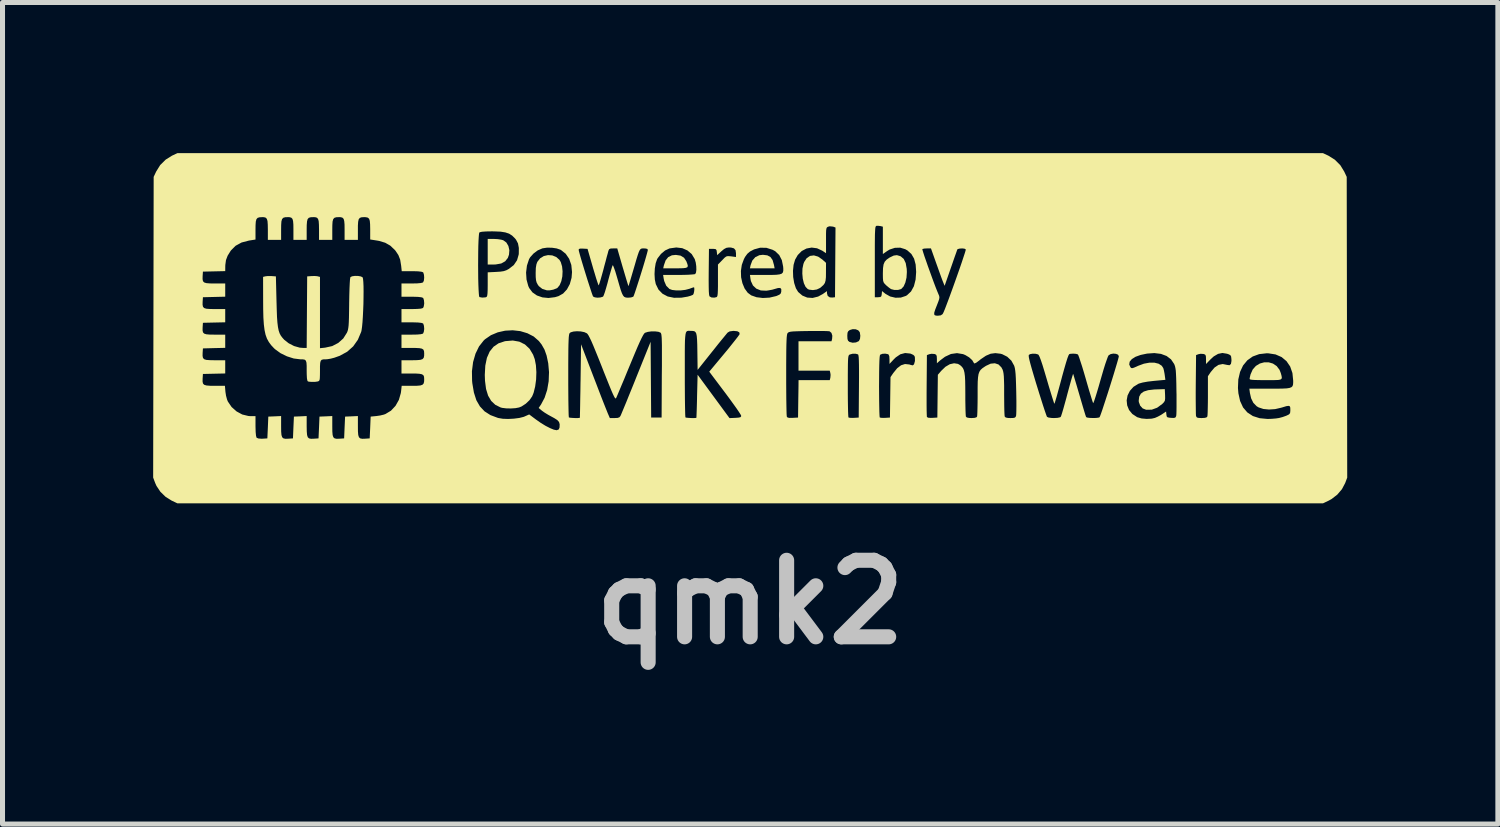
<source format=kicad_pcb>
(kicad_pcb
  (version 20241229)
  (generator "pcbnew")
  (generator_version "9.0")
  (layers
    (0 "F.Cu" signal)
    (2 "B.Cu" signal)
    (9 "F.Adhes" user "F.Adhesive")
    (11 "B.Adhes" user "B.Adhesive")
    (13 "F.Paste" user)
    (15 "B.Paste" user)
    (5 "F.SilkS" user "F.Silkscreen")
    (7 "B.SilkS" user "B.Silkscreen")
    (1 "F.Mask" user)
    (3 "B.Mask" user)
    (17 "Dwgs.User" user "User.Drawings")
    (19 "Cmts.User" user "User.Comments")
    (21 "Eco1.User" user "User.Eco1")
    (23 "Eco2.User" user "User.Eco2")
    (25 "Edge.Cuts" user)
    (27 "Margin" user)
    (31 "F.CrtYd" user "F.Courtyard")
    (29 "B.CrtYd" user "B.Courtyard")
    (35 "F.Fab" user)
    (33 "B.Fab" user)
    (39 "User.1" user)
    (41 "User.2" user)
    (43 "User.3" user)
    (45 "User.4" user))
  (footprint "qmk2"
    (layer "F.Cu")
    (at 11.889 3.482)
    (property "Reference" "qmk2" (at 0 5.46 0) (layer "Dwgs.User") (effects (font (size 1.524 1.524) (thickness 0.3))))
    (attr board_only exclude_from_pos_files exclude_from_bom)
    (fp_poly (pts (xy 0.342 -1.447) (xy 0.404 -1.413) (xy 0.446 -1.353) (xy 0.472 -1.261) (xy 0.473 -1.26) (xy 0.486 -1.189) (xy -0.005 -1.189) (xy 0.007 -1.249) (xy 0.042 -1.343) (xy 0.102 -1.411) (xy 0.183 -1.45) (xy 0.254 -1.458)) (stroke (width 0) (type solid)) (fill yes) (layer "F.SilkS"))
    (fp_poly (pts (xy -5.028 -1.77) (xy -4.958 -1.759) (xy -4.918 -1.748) (xy -4.856 -1.703) (xy -4.815 -1.634) (xy -4.796 -1.55) (xy -4.803 -1.461) (xy -4.826 -1.396) (xy -4.879 -1.329) (xy -4.958 -1.285) (xy -5.066 -1.266) (xy -5.109 -1.264) (xy -5.227 -1.264) (xy -5.227 -1.774) (xy -5.104 -1.774)) (stroke (width 0) (type solid)) (fill yes) (layer "F.SilkS"))
    (fp_poly (pts (xy -1.388 -1.442) (xy -1.318 -1.4) (xy -1.272 -1.33) (xy -1.251 -1.275) (xy -1.242 -1.237) (xy -1.25 -1.212) (xy -1.281 -1.198) (xy -1.337 -1.191) (xy -1.425 -1.189) (xy -1.489 -1.189) (xy -1.732 -1.189) (xy -1.718 -1.251) (xy -1.684 -1.347) (xy -1.632 -1.412) (xy -1.559 -1.448) (xy -1.481 -1.456)) (stroke (width 0) (type solid)) (fill yes) (layer "F.SilkS"))
    (fp_poly (pts (xy 8.262 1.336) (xy 8.263 1.403) (xy 8.258 1.445) (xy 8.241 1.476) (xy 8.209 1.509) (xy 8.206 1.512) (xy 8.104 1.587) (xy 7.997 1.626) (xy 7.885 1.628) (xy 7.816 1.601) (xy 7.766 1.546) (xy 7.739 1.473) (xy 7.737 1.444) (xy 7.747 1.366) (xy 7.78 1.307) (xy 7.838 1.265) (xy 7.925 1.238) (xy 8.044 1.224) (xy 8.097 1.222) (xy 8.256 1.217)) (stroke (width 0) (type solid)) (fill yes) (layer "F.SilkS"))
    (fp_poly (pts (xy 1.352 -1.422) (xy 1.435 -1.365) (xy 1.51 -1.298) (xy 1.509 -1.106) (xy 1.508 -1.011) (xy 1.501 -0.945) (xy 1.487 -0.897) (xy 1.46 -0.858) (xy 1.417 -0.819) (xy 1.389 -0.797) (xy 1.326 -0.767) (xy 1.248 -0.755) (xy 1.175 -0.764) (xy 1.145 -0.776) (xy 1.102 -0.821) (xy 1.069 -0.892) (xy 1.047 -0.983) (xy 1.038 -1.083) (xy 1.041 -1.184) (xy 1.06 -1.276) (xy 1.075 -1.315) (xy 1.126 -1.392) (xy 1.192 -1.436) (xy 1.269 -1.446)) (stroke (width 0) (type solid)) (fill yes) (layer "F.SilkS"))
    (fp_poly (pts (xy 10.325 0.683) (xy 10.41 0.708) (xy 10.483 0.757) (xy 10.54 0.831) (xy 10.566 0.896) (xy 10.58 0.947) (xy 10.587 0.984) (xy 10.582 1.009) (xy 10.562 1.025) (xy 10.521 1.034) (xy 10.455 1.037) (xy 10.359 1.038) (xy 10.266 1.038) (xy 10.142 1.037) (xy 10.052 1.035) (xy 9.992 1.031) (xy 9.958 1.025) (xy 9.945 1.016) (xy 9.945 1.014) (xy 9.95 0.982) (xy 9.962 0.931) (xy 9.965 0.921) (xy 10.007 0.826) (xy 10.07 0.755) (xy 10.149 0.707) (xy 10.236 0.683)) (stroke (width 0) (type solid)) (fill yes) (layer "F.SilkS"))
    (fp_poly (pts (xy -3.941 -1.446) (xy -3.862 -1.414) (xy -3.799 -1.358) (xy -3.772 -1.313) (xy -3.746 -1.226) (xy -3.736 -1.128) (xy -3.741 -1.027) (xy -3.761 -0.933) (xy -3.794 -0.854) (xy -3.837 -0.801) (xy -3.852 -0.791) (xy -3.921 -0.764) (xy -3.995 -0.75) (xy -4.048 -0.75) (xy -4.141 -0.78) (xy -4.209 -0.834) (xy -4.231 -0.865) (xy -4.253 -0.907) (xy -4.265 -0.953) (xy -4.271 -1.015) (xy -4.272 -1.094) (xy -4.269 -1.196) (xy -4.257 -1.268) (xy -4.239 -1.317) (xy -4.183 -1.388) (xy -4.11 -1.433) (xy -4.026 -1.452)) (stroke (width 0) (type solid)) (fill yes) (layer "F.SilkS"))
    (fp_poly (pts (xy 2.986 -1.432) (xy 2.999 -1.426) (xy 3.058 -1.375) (xy 3.097 -1.293) (xy 3.117 -1.179) (xy 3.12 -1.115) (xy 3.113 -1.004) (xy 3.09 -0.906) (xy 3.056 -0.829) (xy 3.011 -0.78) (xy 3.003 -0.775) (xy 2.943 -0.758) (xy 2.871 -0.758) (xy 2.808 -0.774) (xy 2.802 -0.777) (xy 2.765 -0.803) (xy 2.718 -0.842) (xy 2.703 -0.855) (xy 2.675 -0.884) (xy 2.657 -0.91) (xy 2.647 -0.943) (xy 2.643 -0.992) (xy 2.642 -1.068) (xy 2.642 -1.089) (xy 2.645 -1.192) (xy 2.656 -1.266) (xy 2.679 -1.32) (xy 2.718 -1.363) (xy 2.776 -1.403) (xy 2.783 -1.407) (xy 2.859 -1.443) (xy 2.922 -1.451)) (stroke (width 0) (type solid)) (fill yes) (layer "F.SilkS"))
    (fp_poly (pts (xy -4.597 0.272) (xy -4.486 0.327) (xy -4.393 0.414) (xy -4.323 0.531) (xy -4.29 0.621) (xy -4.267 0.741) (xy -4.258 0.879) (xy -4.263 1.025) (xy -4.282 1.165) (xy -4.313 1.29) (xy -4.342 1.361) (xy -4.395 1.437) (xy -4.47 1.508) (xy -4.553 1.562) (xy -4.602 1.582) (xy -4.675 1.596) (xy -4.766 1.602) (xy -4.859 1.6) (xy -4.94 1.59) (xy -4.972 1.581) (xy -5.076 1.529) (xy -5.158 1.451) (xy -5.219 1.347) (xy -5.26 1.214) (xy -5.281 1.05) (xy -5.285 0.934) (xy -5.275 0.749) (xy -5.243 0.594) (xy -5.188 0.469) (xy -5.111 0.373) (xy -5.01 0.304) (xy -4.885 0.263) (xy -4.873 0.261) (xy -4.727 0.249)) (stroke (width 0) (type solid)) (fill yes) (layer "F.SilkS"))
    (fp_poly (pts (xy -7.809 -1.037) (xy -7.753 -1.027) (xy -7.719 -1.01) (xy -7.718 -1.009) (xy -7.71 -0.98) (xy -7.704 -0.919) (xy -7.7 -0.832) (xy -7.699 -0.726) (xy -7.7 -0.607) (xy -7.702 -0.481) (xy -7.707 -0.354) (xy -7.713 -0.231) (xy -7.72 -0.12) (xy -7.729 -0.027) (xy -7.739 0.044) (xy -7.746 0.075) (xy -7.813 0.234) (xy -7.906 0.366) (xy -8.025 0.472) (xy -8.173 0.553) (xy -8.283 0.592) (xy -8.353 0.61) (xy -8.418 0.621) (xy -8.447 0.623) (xy -8.497 0.624) (xy -8.532 0.632) (xy -8.552 0.653) (xy -8.563 0.694) (xy -8.567 0.761) (xy -8.567 0.849) (xy -8.568 0.939) (xy -8.57 0.998) (xy -8.575 1.033) (xy -8.585 1.052) (xy -8.601 1.061) (xy -8.61 1.064) (xy -8.663 1.072) (xy -8.728 1.073) (xy -8.785 1.069) (xy -8.808 1.063) (xy -8.819 1.045) (xy -8.827 0.999) (xy -8.831 0.921) (xy -8.832 0.85) (xy -8.832 0.754) (xy -8.836 0.69) (xy -8.848 0.651) (xy -8.87 0.631) (xy -8.907 0.624) (xy -8.96 0.623) (xy -9.089 0.607) (xy -9.224 0.564) (xy -9.353 0.501) (xy -9.463 0.421) (xy -9.484 0.401) (xy -9.541 0.34) (xy -9.586 0.278) (xy -9.623 0.211) (xy -9.651 0.133) (xy -9.671 0.04) (xy -9.685 -0.072) (xy -9.694 -0.208) (xy -9.698 -0.374) (xy -9.699 -0.552) (xy -9.7 -1.018) (xy -9.656 -1.029) (xy -9.609 -1.035) (xy -9.547 -1.035) (xy -9.528 -1.034) (xy -9.445 -1.028) (xy -9.433 -0.538) (xy -9.428 -0.364) (xy -9.423 -0.223) (xy -9.415 -0.11) (xy -9.404 -0.021) (xy -9.39 0.049) (xy -9.371 0.106) (xy -9.346 0.153) (xy -9.314 0.195) (xy -9.279 0.234) (xy -9.19 0.304) (xy -9.083 0.359) (xy -8.97 0.391) (xy -8.907 0.396) (xy -8.832 0.396) (xy -8.827 -0.316) (xy -8.822 -1.028) (xy -8.739 -1.034) (xy -8.676 -1.036) (xy -8.622 -1.032) (xy -8.611 -1.029) (xy -8.567 -1.018) (xy -8.567 0.402) (xy -8.465 0.391) (xy -8.324 0.36) (xy -8.203 0.297) (xy -8.103 0.208) (xy -8.031 0.094) (xy -8.019 0.066) (xy -8.01 0.036) (xy -8.003 -0.002) (xy -7.997 -0.051) (xy -7.993 -0.118) (xy -7.99 -0.206) (xy -7.988 -0.322) (xy -7.986 -0.47) (xy -7.986 -0.49) (xy -7.983 -0.655) (xy -7.979 -0.791) (xy -7.974 -0.897) (xy -7.969 -0.971) (xy -7.962 -1.009) (xy -7.96 -1.014) (xy -7.927 -1.03) (xy -7.872 -1.038)) (stroke (width 0) (type solid)) (fill yes) (layer "F.SilkS"))
    (fp_poly (pts (xy 11.514 -3.432) (xy 11.643 -3.351) (xy 11.751 -3.243) (xy 11.829 -3.116) (xy 11.879 -3.01) (xy 11.884 -0.015) (xy 11.889 2.979) (xy 11.848 3.088) (xy 11.784 3.209) (xy 11.691 3.318) (xy 11.577 3.406) (xy 11.521 3.437) (xy 11.407 3.491) (xy -11.407 3.491) (xy -11.521 3.437) (xy -11.641 3.362) (xy -11.745 3.261) (xy -11.823 3.144) (xy -11.848 3.088) (xy -11.889 2.979) (xy -11.885 0.555) (xy -10.905 0.555) (xy -10.897 0.595) (xy -10.874 0.621) (xy -10.83 0.635) (xy -10.76 0.64) (xy -10.66 0.642) (xy -10.454 0.642) (xy -10.454 0.905) (xy -10.898 0.915) (xy -10.904 1.006) (xy -10.905 1.065) (xy -10.897 1.105) (xy -10.874 1.13) (xy -10.829 1.144) (xy -10.758 1.15) (xy -10.662 1.151) (xy -10.46 1.151) (xy -10.45 1.27) (xy -10.438 1.348) (xy -10.418 1.423) (xy -10.402 1.463) (xy -10.327 1.573) (xy -10.228 1.661) (xy -10.115 1.722) (xy -9.992 1.752) (xy -9.95 1.755) (xy -9.851 1.755) (xy -9.851 1.959) (xy -9.848 2.07) (xy -9.841 2.144) (xy -9.83 2.183) (xy -9.827 2.186) (xy -9.792 2.2) (xy -9.731 2.205) (xy -9.709 2.204) (xy -9.615 2.198) (xy -9.605 1.981) (xy -9.596 1.764) (xy -9.468 1.759) (xy -9.341 1.753) (xy -9.341 1.959) (xy -9.34 2.061) (xy -9.334 2.131) (xy -9.32 2.175) (xy -9.294 2.198) (xy -9.254 2.206) (xy -9.196 2.204) (xy -9.105 2.198) (xy -9.096 1.981) (xy -9.086 1.764) (xy -8.959 1.759) (xy -8.832 1.753) (xy -8.832 1.959) (xy -8.83 2.061) (xy -8.824 2.131) (xy -8.81 2.175) (xy -8.785 2.198) (xy -8.745 2.206) (xy -8.687 2.204) (xy -8.596 2.198) (xy -8.586 1.981) (xy -8.577 1.764) (xy -8.449 1.759) (xy -8.322 1.753) (xy -8.322 1.959) (xy -8.321 2.061) (xy -8.315 2.131) (xy -8.301 2.175) (xy -8.275 2.198) (xy -8.235 2.206) (xy -8.177 2.204) (xy -8.086 2.198) (xy -8.077 1.981) (xy -8.067 1.764) (xy -7.94 1.759) (xy -7.812 1.753) (xy -7.812 1.959) (xy -7.811 2.061) (xy -7.805 2.131) (xy -7.791 2.175) (xy -7.766 2.198) (xy -7.725 2.206) (xy -7.668 2.204) (xy -7.577 2.198) (xy -7.567 1.981) (xy -7.558 1.764) (xy -7.445 1.753) (xy -7.369 1.742) (xy -7.298 1.725) (xy -7.264 1.713) (xy -7.153 1.646) (xy -7.063 1.55) (xy -6.996 1.431) (xy -6.957 1.295) (xy -6.952 1.26) (xy -6.94 1.151) (xy -6.735 1.151) (xy -6.635 1.15) (xy -6.567 1.144) (xy -6.525 1.129) (xy -6.502 1.103) (xy -6.493 1.062) (xy -6.492 1.015) (xy -6.495 0.97) (xy -6.508 0.94) (xy -6.537 0.921) (xy -6.588 0.911) (xy -6.666 0.906) (xy -6.741 0.906) (xy -6.944 0.906) (xy -6.944 0.86) (xy -5.541 0.86) (xy -5.538 1.053) (xy -5.533 1.102) (xy -5.502 1.285) (xy -5.453 1.438) (xy -5.382 1.561) (xy -5.29 1.659) (xy -5.173 1.734) (xy -5.029 1.788) (xy -5.016 1.792) (xy -4.928 1.807) (xy -4.82 1.811) (xy -4.706 1.805) (xy -4.598 1.791) (xy -4.51 1.769) (xy -4.489 1.76) (xy -4.401 1.721) (xy -4.269 1.82) (xy -4.172 1.888) (xy -4.076 1.947) (xy -3.986 1.993) (xy -3.911 2.024) (xy -3.856 2.035) (xy -3.85 2.034) (xy -3.813 2.02) (xy -3.797 1.983) (xy -3.796 1.974) (xy -3.794 1.916) (xy -3.807 1.871) (xy -3.841 1.833) (xy -3.902 1.794) (xy -3.948 1.769) (xy -4.023 1.728) (xy -4.093 1.685) (xy -4.144 1.649) (xy -4.149 1.645) (xy -4.212 1.592) (xy -4.164 1.521) (xy -4.094 1.389) (xy -4.043 1.233) (xy -4.013 1.06) (xy -4.009 0.953) (xy -3.623 0.953) (xy -3.623 1.125) (xy -3.622 1.285) (xy -3.621 1.429) (xy -3.619 1.554) (xy -3.617 1.655) (xy -3.615 1.729) (xy -3.612 1.771) (xy -3.611 1.78) (xy -3.588 1.786) (xy -3.542 1.79) (xy -3.486 1.793) (xy -3.434 1.793) (xy -3.399 1.79) (xy -3.393 1.788) (xy -3.391 1.769) (xy -3.39 1.716) (xy -3.388 1.633) (xy -3.386 1.525) (xy -3.384 1.396) (xy -3.381 1.25) (xy -3.379 1.09) (xy -3.378 1.054) (xy -3.368 0.324) (xy -3.124 0.96) (xy -3.066 1.11) (xy -3.011 1.254) (xy -2.96 1.386) (xy -2.915 1.501) (xy -2.878 1.594) (xy -2.851 1.661) (xy -2.838 1.694) (xy -2.795 1.793) (xy -2.7 1.793) (xy -2.64 1.79) (xy -2.605 1.778) (xy -2.584 1.753) (xy -2.583 1.75) (xy -2.571 1.724) (xy -2.547 1.666) (xy -2.512 1.582) (xy -2.467 1.474) (xy -2.416 1.347) (xy -2.358 1.205) (xy -2.296 1.052) (xy -2.272 0.991) (xy -1.983 0.274) (xy -1.972 1.783) (xy -1.764 1.783) (xy -1.76 0.951) (xy -1.758 0.751) (xy -1.758 0.616) (xy -1.302 0.616) (xy -1.302 0.799) (xy -1.302 0.924) (xy -1.302 1.098) (xy -1.301 1.262) (xy -1.3 1.409) (xy -1.298 1.538) (xy -1.296 1.643) (xy -1.294 1.721) (xy -1.291 1.768) (xy -1.29 1.78) (xy -1.267 1.786) (xy -1.221 1.79) (xy -1.165 1.793) (xy -1.113 1.793) (xy -1.078 1.79) (xy -1.072 1.788) (xy -1.07 1.769) (xy -1.068 1.717) (xy -1.065 1.638) (xy -1.062 1.538) (xy -1.059 1.422) (xy -1.058 1.357) (xy -1.047 0.93) (xy -0.412 1.794) (xy -0.296 1.789) (xy -0.23 1.784) (xy -0.195 1.776) (xy -0.181 1.761) (xy -0.179 1.749) (xy -0.19 1.725) (xy -0.221 1.676) (xy -0.269 1.605) (xy -0.332 1.517) (xy -0.405 1.416) (xy -0.487 1.305) (xy -0.497 1.292) (xy -0.765 0.936) (xy 0.717 0.936) (xy 0.717 1.107) (xy 0.718 1.267) (xy 0.719 1.411) (xy 0.721 1.536) (xy 0.723 1.638) (xy 0.725 1.712) (xy 0.728 1.755) (xy 0.729 1.764) (xy 0.744 1.782) (xy 0.778 1.79) (xy 0.839 1.789) (xy 0.847 1.789) (xy 0.953 1.783) (xy 0.958 1.411) (xy 0.962 1.158) (xy 1.944 1.158) (xy 1.944 1.306) (xy 1.945 1.442) (xy 1.947 1.561) (xy 1.949 1.659) (xy 1.952 1.731) (xy 1.955 1.773) (xy 1.957 1.781) (xy 1.982 1.788) (xy 2.032 1.79) (xy 2.066 1.789) (xy 2.161 1.783) (xy 2.166 1.162) (xy 2.166 1.161) (xy 2.566 1.161) (xy 2.567 1.309) (xy 2.568 1.444) (xy 2.57 1.563) (xy 2.572 1.661) (xy 2.575 1.732) (xy 2.578 1.773) (xy 2.58 1.781) (xy 2.605 1.788) (xy 2.654 1.79) (xy 2.688 1.789) (xy 2.783 1.783) (xy 2.788 1.426) (xy 3.513 1.426) (xy 3.513 1.546) (xy 3.514 1.645) (xy 3.516 1.718) (xy 3.518 1.761) (xy 3.519 1.77) (xy 3.541 1.786) (xy 3.595 1.79) (xy 3.628 1.789) (xy 3.727 1.783) (xy 3.732 1.357) (xy 3.737 0.931) (xy 3.805 0.852) (xy 3.888 0.772) (xy 3.975 0.721) (xy 4.06 0.702) (xy 4.137 0.714) (xy 4.18 0.739) (xy 4.211 0.767) (xy 4.236 0.798) (xy 4.254 0.837) (xy 4.267 0.889) (xy 4.276 0.959) (xy 4.281 1.052) (xy 4.283 1.173) (xy 4.284 1.319) (xy 4.284 1.442) (xy 4.286 1.553) (xy 4.288 1.646) (xy 4.291 1.716) (xy 4.294 1.756) (xy 4.295 1.763) (xy 4.315 1.782) (xy 4.359 1.791) (xy 4.406 1.793) (xy 4.471 1.789) (xy 4.507 1.777) (xy 4.518 1.763) (xy 4.521 1.736) (xy 4.524 1.677) (xy 4.526 1.592) (xy 4.528 1.488) (xy 4.529 1.37) (xy 4.529 1.327) (xy 4.529 1.182) (xy 4.531 1.069) (xy 4.537 0.983) (xy 4.547 0.919) (xy 4.564 0.871) (xy 4.588 0.834) (xy 4.623 0.802) (xy 4.668 0.771) (xy 4.696 0.753) (xy 4.788 0.71) (xy 4.872 0.702) (xy 4.945 0.726) (xy 5.002 0.783) (xy 5.027 0.83) (xy 5.037 0.863) (xy 5.045 0.905) (xy 5.051 0.963) (xy 5.054 1.04) (xy 5.057 1.143) (xy 5.057 1.277) (xy 5.057 1.32) (xy 5.058 1.442) (xy 5.059 1.553) (xy 5.061 1.646) (xy 5.064 1.716) (xy 5.067 1.756) (xy 5.069 1.763) (xy 5.088 1.782) (xy 5.131 1.791) (xy 5.182 1.793) (xy 5.241 1.791) (xy 5.273 1.783) (xy 5.289 1.764) (xy 5.295 1.746) (xy 5.298 1.714) (xy 5.3 1.65) (xy 5.301 1.561) (xy 5.301 1.452) (xy 5.299 1.33) (xy 5.298 1.269) (xy 5.294 1.12) (xy 5.29 1.004) (xy 5.285 0.915) (xy 5.278 0.847) (xy 5.27 0.797) (xy 5.259 0.757) (xy 5.257 0.751) (xy 5.201 0.65) (xy 5.119 0.572) (xy 5.078 0.551) (xy 5.546 0.551) (xy 5.549 0.583) (xy 5.56 0.635) (xy 5.579 0.709) (xy 5.607 0.81) (xy 5.645 0.939) (xy 5.693 1.1) (xy 5.71 1.154) (xy 5.754 1.297) (xy 5.796 1.429) (xy 5.833 1.546) (xy 5.865 1.643) (xy 5.89 1.715) (xy 5.906 1.759) (xy 5.911 1.769) (xy 5.942 1.783) (xy 6.001 1.791) (xy 6.048 1.793) (xy 6.122 1.789) (xy 6.17 1.778) (xy 6.184 1.769) (xy 6.194 1.745) (xy 6.212 1.689) (xy 6.236 1.608) (xy 6.264 1.507) (xy 6.296 1.392) (xy 6.313 1.326) (xy 6.345 1.208) (xy 6.374 1.102) (xy 6.398 1.016) (xy 6.417 0.953) (xy 6.428 0.919) (xy 6.431 0.914) (xy 6.438 0.933) (xy 6.453 0.984) (xy 6.476 1.06) (xy 6.505 1.157) (xy 6.538 1.27) (xy 6.558 1.338) (xy 6.593 1.458) (xy 6.625 1.567) (xy 6.652 1.657) (xy 6.673 1.726) (xy 6.687 1.766) (xy 6.69 1.774) (xy 6.714 1.784) (xy 6.762 1.79) (xy 6.824 1.792) (xy 6.885 1.791) (xy 6.935 1.785) (xy 6.956 1.778) (xy 6.966 1.758) (xy 6.985 1.707) (xy 7.012 1.63) (xy 7.044 1.532) (xy 7.074 1.441) (xy 7.497 1.441) (xy 7.507 1.54) (xy 7.544 1.632) (xy 7.61 1.712) (xy 7.704 1.774) (xy 7.708 1.776) (xy 7.793 1.801) (xy 7.895 1.81) (xy 7.996 1.805) (xy 8.06 1.79) (xy 8.115 1.766) (xy 8.18 1.731) (xy 8.203 1.716) (xy 8.282 1.663) (xy 8.288 1.723) (xy 8.294 1.76) (xy 8.31 1.778) (xy 8.348 1.786) (xy 8.383 1.789) (xy 8.437 1.791) (xy 8.466 1.783) (xy 8.48 1.761) (xy 8.484 1.747) (xy 8.487 1.715) (xy 8.489 1.651) (xy 8.49 1.561) (xy 8.49 1.452) (xy 8.49 1.406) (xy 8.872 1.406) (xy 8.873 1.526) (xy 8.874 1.626) (xy 8.875 1.699) (xy 8.877 1.743) (xy 8.878 1.75) (xy 8.889 1.775) (xy 8.912 1.788) (xy 8.957 1.792) (xy 8.99 1.793) (xy 9.056 1.789) (xy 9.092 1.777) (xy 9.103 1.763) (xy 9.107 1.736) (xy 9.11 1.677) (xy 9.112 1.592) (xy 9.114 1.489) (xy 9.115 1.372) (xy 9.115 1.346) (xy 9.115 1.195) (xy 9.713 1.195) (xy 9.722 1.3) (xy 9.756 1.454) (xy 9.815 1.582) (xy 9.9 1.681) (xy 10.01 1.753) (xy 10.145 1.796) (xy 10.303 1.811) (xy 10.387 1.808) (xy 10.47 1.801) (xy 10.53 1.792) (xy 10.602 1.773) (xy 10.672 1.748) (xy 10.686 1.742) (xy 10.73 1.72) (xy 10.751 1.694) (xy 10.756 1.65) (xy 10.756 1.629) (xy 10.755 1.585) (xy 10.745 1.558) (xy 10.721 1.55) (xy 10.677 1.556) (xy 10.605 1.578) (xy 10.574 1.587) (xy 10.453 1.615) (xy 10.331 1.623) (xy 10.219 1.612) (xy 10.125 1.581) (xy 10.086 1.558) (xy 10.019 1.489) (xy 9.975 1.399) (xy 9.951 1.292) (xy 9.94 1.208) (xy 10.347 1.208) (xy 10.491 1.208) (xy 10.602 1.206) (xy 10.684 1.202) (xy 10.741 1.193) (xy 10.779 1.178) (xy 10.8 1.157) (xy 10.81 1.126) (xy 10.813 1.085) (xy 10.813 1.049) (xy 10.798 0.897) (xy 10.753 0.767) (xy 10.68 0.66) (xy 10.583 0.579) (xy 10.462 0.526) (xy 10.32 0.504) (xy 10.285 0.503) (xy 10.136 0.52) (xy 10.007 0.567) (xy 9.9 0.643) (xy 9.815 0.746) (xy 9.755 0.874) (xy 9.72 1.024) (xy 9.713 1.195) (xy 9.115 1.195) (xy 9.115 0.96) (xy 9.171 0.877) (xy 9.247 0.787) (xy 9.326 0.734) (xy 9.41 0.717) (xy 9.499 0.735) (xy 9.546 0.741) (xy 9.574 0.714) (xy 9.584 0.655) (xy 9.583 0.619) (xy 9.577 0.568) (xy 9.561 0.54) (xy 9.525 0.522) (xy 9.495 0.512) (xy 9.403 0.497) (xy 9.317 0.515) (xy 9.23 0.566) (xy 9.166 0.625) (xy 9.077 0.717) (xy 9.077 0.623) (xy 9.075 0.566) (xy 9.066 0.536) (xy 9.044 0.522) (xy 9.027 0.517) (xy 8.97 0.513) (xy 8.928 0.521) (xy 8.879 0.539) (xy 8.873 1.123) (xy 8.872 1.27) (xy 8.872 1.406) (xy 8.49 1.406) (xy 8.49 1.328) (xy 8.488 1.25) (xy 8.486 1.107) (xy 8.483 0.995) (xy 8.479 0.91) (xy 8.475 0.847) (xy 8.468 0.8) (xy 8.46 0.763) (xy 8.449 0.731) (xy 8.441 0.714) (xy 8.38 0.624) (xy 8.292 0.557) (xy 8.18 0.515) (xy 8.048 0.499) (xy 7.904 0.509) (xy 7.775 0.536) (xy 7.673 0.573) (xy 7.6 0.619) (xy 7.557 0.67) (xy 7.548 0.726) (xy 7.572 0.781) (xy 7.587 0.796) (xy 7.606 0.8) (xy 7.639 0.791) (xy 7.693 0.768) (xy 7.727 0.752) (xy 7.841 0.71) (xy 7.95 0.69) (xy 8.05 0.69) (xy 8.134 0.711) (xy 8.196 0.752) (xy 8.226 0.798) (xy 8.238 0.841) (xy 8.25 0.903) (xy 8.255 0.936) (xy 8.268 1.032) (xy 8.04 1.053) (xy 7.918 1.067) (xy 7.817 1.085) (xy 7.745 1.105) (xy 7.732 1.11) (xy 7.633 1.171) (xy 7.561 1.251) (xy 7.515 1.343) (xy 7.497 1.441) (xy 7.074 1.441) (xy 7.081 1.419) (xy 7.121 1.296) (xy 7.162 1.167) (xy 7.202 1.039) (xy 7.24 0.916) (xy 7.274 0.803) (xy 7.303 0.706) (xy 7.325 0.629) (xy 7.338 0.578) (xy 7.341 0.561) (xy 7.325 0.531) (xy 7.284 0.514) (xy 7.232 0.509) (xy 7.179 0.519) (xy 7.138 0.543) (xy 7.123 0.571) (xy 7.101 0.631) (xy 7.071 0.717) (xy 7.037 0.826) (xy 7 0.953) (xy 6.974 1.043) (xy 6.938 1.169) (xy 6.905 1.28) (xy 6.876 1.373) (xy 6.853 1.443) (xy 6.837 1.485) (xy 6.83 1.496) (xy 6.821 1.474) (xy 6.804 1.422) (xy 6.78 1.343) (xy 6.749 1.242) (xy 6.715 1.125) (xy 6.682 1.01) (xy 6.645 0.883) (xy 6.61 0.767) (xy 6.578 0.669) (xy 6.553 0.592) (xy 6.534 0.542) (xy 6.524 0.525) (xy 6.486 0.514) (xy 6.43 0.51) (xy 6.375 0.514) (xy 6.354 0.52) (xy 6.34 0.542) (xy 6.318 0.599) (xy 6.289 0.691) (xy 6.253 0.815) (xy 6.21 0.97) (xy 6.197 1.02) (xy 6.162 1.149) (xy 6.13 1.266) (xy 6.103 1.365) (xy 6.08 1.442) (xy 6.065 1.491) (xy 6.058 1.509) (xy 6.058 1.509) (xy 6.05 1.492) (xy 6.034 1.443) (xy 6.01 1.367) (xy 5.98 1.269) (xy 5.945 1.154) (xy 5.908 1.027) (xy 5.86 0.865) (xy 5.821 0.737) (xy 5.789 0.642) (xy 5.764 0.576) (xy 5.745 0.539) (xy 5.735 0.527) (xy 5.685 0.513) (xy 5.626 0.511) (xy 5.575 0.52) (xy 5.55 0.535) (xy 5.546 0.551) (xy 5.078 0.551) (xy 5.018 0.521) (xy 4.985 0.512) (xy 4.882 0.5) (xy 4.788 0.512) (xy 4.694 0.552) (xy 4.592 0.621) (xy 4.559 0.648) (xy 4.501 0.691) (xy 4.467 0.706) (xy 4.457 0.7) (xy 4.422 0.641) (xy 4.36 0.584) (xy 4.283 0.538) (xy 4.239 0.52) (xy 4.118 0.5) (xy 3.998 0.517) (xy 3.88 0.572) (xy 3.784 0.644) (xy 3.718 0.702) (xy 3.718 0.616) (xy 3.715 0.562) (xy 3.704 0.533) (xy 3.679 0.52) (xy 3.668 0.517) (xy 3.611 0.513) (xy 3.569 0.521) (xy 3.519 0.539) (xy 3.514 1.142) (xy 3.513 1.29) (xy 3.513 1.426) (xy 2.788 1.426) (xy 2.794 0.978) (xy 2.849 0.897) (xy 2.927 0.801) (xy 3.004 0.742) (xy 3.083 0.717) (xy 3.169 0.726) (xy 3.197 0.735) (xy 3.236 0.744) (xy 3.259 0.727) (xy 3.264 0.718) (xy 3.281 0.657) (xy 3.28 0.587) (xy 3.272 0.558) (xy 3.248 0.535) (xy 3.201 0.513) (xy 3.184 0.508) (xy 3.085 0.498) (xy 2.99 0.523) (xy 2.899 0.585) (xy 2.859 0.624) (xy 2.774 0.715) (xy 2.774 0.624) (xy 2.77 0.561) (xy 2.755 0.528) (xy 2.744 0.521) (xy 2.689 0.51) (xy 2.632 0.514) (xy 2.592 0.53) (xy 2.589 0.532) (xy 2.582 0.55) (xy 2.577 0.591) (xy 2.573 0.657) (xy 2.57 0.751) (xy 2.568 0.876) (xy 2.567 1.033) (xy 2.566 1.161) (xy 2.166 1.161) (xy 2.167 0.984) (xy 2.167 0.84) (xy 2.166 0.728) (xy 2.164 0.644) (xy 2.161 0.585) (xy 2.156 0.547) (xy 2.15 0.528) (xy 2.147 0.525) (xy 2.1 0.512) (xy 2.04 0.512) (xy 1.985 0.527) (xy 1.98 0.529) (xy 1.97 0.536) (xy 1.962 0.547) (xy 1.956 0.567) (xy 1.951 0.6) (xy 1.948 0.648) (xy 1.946 0.717) (xy 1.945 0.811) (xy 1.944 0.932) (xy 1.944 1.086) (xy 1.944 1.158) (xy 0.962 1.158) (xy 0.963 1.038) (xy 1.584 1.038) (xy 1.596 0.991) (xy 1.601 0.934) (xy 1.596 0.896) (xy 1.584 0.849) (xy 0.962 0.849) (xy 0.962 0.264) (xy 1.619 0.264) (xy 1.631 0.217) (xy 1.635 0.161) (xy 1.934 0.161) (xy 1.937 0.219) (xy 1.949 0.253) (xy 1.974 0.274) (xy 1.981 0.278) (xy 2.041 0.293) (xy 2.107 0.287) (xy 2.161 0.262) (xy 2.166 0.257) (xy 2.187 0.215) (xy 2.193 0.153) (xy 2.183 0.087) (xy 2.181 0.081) (xy 2.152 0.046) (xy 2.101 0.025) (xy 2.04 0.023) (xy 1.983 0.04) (xy 1.983 0.04) (xy 1.953 0.063) (xy 1.938 0.094) (xy 1.934 0.147) (xy 1.934 0.161) (xy 1.635 0.161) (xy 1.635 0.151) (xy 1.618 0.097) (xy 1.583 0.067) (xy 1.577 0.065) (xy 1.546 0.062) (xy 1.484 0.06) (xy 1.397 0.059) (xy 1.291 0.059) (xy 1.174 0.06) (xy 1.153 0.06) (xy 1.023 0.062) (xy 0.925 0.065) (xy 0.855 0.068) (xy 0.807 0.073) (xy 0.777 0.08) (xy 0.758 0.089) (xy 0.745 0.101) (xy 0.744 0.103) (xy 0.737 0.118) (xy 0.732 0.144) (xy 0.727 0.186) (xy 0.724 0.245) (xy 0.721 0.326) (xy 0.719 0.432) (xy 0.718 0.566) (xy 0.717 0.731) (xy 0.717 0.93) (xy 0.717 0.936) (xy -0.765 0.936) (xy -0.815 0.869) (xy -0.516 0.51) (xy -0.433 0.41) (xy -0.359 0.317) (xy -0.296 0.238) (xy -0.248 0.176) (xy -0.218 0.134) (xy -0.21 0.12) (xy -0.218 0.085) (xy -0.258 0.064) (xy -0.332 0.057) (xy -0.335 0.057) (xy -0.408 0.067) (xy -0.448 0.09) (xy -0.469 0.114) (xy -0.509 0.163) (xy -0.566 0.232) (xy -0.635 0.317) (xy -0.712 0.414) (xy -0.764 0.479) (xy -1.047 0.834) (xy -1.052 0.469) (xy -1.054 0.334) (xy -1.058 0.232) (xy -1.064 0.159) (xy -1.074 0.11) (xy -1.09 0.08) (xy -1.112 0.064) (xy -1.143 0.058) (xy -1.181 0.057) (xy -1.21 0.056) (xy -1.233 0.056) (xy -1.253 0.06) (xy -1.268 0.071) (xy -1.28 0.092) (xy -1.288 0.127) (xy -1.294 0.179) (xy -1.299 0.25) (xy -1.301 0.345) (xy -1.302 0.466) (xy -1.302 0.616) (xy -1.758 0.616) (xy -1.758 0.585) (xy -1.758 0.45) (xy -1.758 0.343) (xy -1.76 0.26) (xy -1.762 0.198) (xy -1.766 0.154) (xy -1.77 0.125) (xy -1.776 0.106) (xy -1.783 0.095) (xy -1.786 0.092) (xy -1.828 0.075) (xy -1.894 0.067) (xy -1.968 0.067) (xy -2.039 0.077) (xy -2.092 0.094) (xy -2.097 0.097) (xy -2.114 0.114) (xy -2.135 0.148) (xy -2.163 0.201) (xy -2.199 0.277) (xy -2.244 0.378) (xy -2.299 0.508) (xy -2.366 0.669) (xy -2.395 0.739) (xy -2.455 0.883) (xy -2.51 1.018) (xy -2.561 1.138) (xy -2.604 1.241) (xy -2.637 1.32) (xy -2.66 1.373) (xy -2.669 1.393) (xy -2.676 1.402) (xy -2.685 1.401) (xy -2.697 1.387) (xy -2.713 1.358) (xy -2.736 1.31) (xy -2.766 1.241) (xy -2.805 1.146) (xy -2.854 1.024) (xy -2.915 0.872) (xy -2.947 0.79) (xy -3.018 0.611) (xy -3.077 0.466) (xy -3.125 0.349) (xy -3.164 0.259) (xy -3.196 0.193) (xy -3.22 0.147) (xy -3.24 0.118) (xy -3.252 0.106) (xy -3.303 0.082) (xy -3.373 0.068) (xy -3.449 0.064) (xy -3.52 0.07) (xy -3.575 0.086) (xy -3.596 0.103) (xy -3.603 0.117) (xy -3.608 0.143) (xy -3.613 0.184) (xy -3.616 0.243) (xy -3.619 0.323) (xy -3.621 0.427) (xy -3.622 0.558) (xy -3.623 0.721) (xy -3.623 0.917) (xy -3.623 0.953) (xy -4.009 0.953) (xy -4.006 0.879) (xy -4.022 0.699) (xy -4.023 0.696) (xy -4.054 0.549) (xy -4.096 0.43) (xy -4.154 0.328) (xy -4.208 0.259) (xy -4.311 0.169) (xy -4.437 0.104) (xy -4.578 0.062) (xy -4.728 0.045) (xy -4.88 0.053) (xy -5.027 0.086) (xy -5.163 0.143) (xy -5.282 0.225) (xy -5.308 0.25) (xy -5.4 0.367) (xy -5.47 0.511) (xy -5.518 0.677) (xy -5.541 0.86) (xy -6.944 0.86) (xy -6.944 0.642) (xy -6.738 0.642) (xy -6.637 0.64) (xy -6.569 0.634) (xy -6.526 0.62) (xy -6.502 0.594) (xy -6.493 0.554) (xy -6.492 0.505) (xy -6.495 0.461) (xy -6.508 0.43) (xy -6.537 0.411) (xy -6.588 0.401) (xy -6.666 0.397) (xy -6.741 0.396) (xy -6.944 0.396) (xy -6.944 0.132) (xy -6.741 0.132) (xy -6.632 0.13) (xy -6.557 0.123) (xy -6.517 0.112) (xy -6.514 0.109) (xy -6.5 0.077) (xy -6.492 0.025) (xy -6.492 0.009) (xy -6.497 -0.045) (xy -6.51 -0.085) (xy -6.514 -0.091) (xy -6.547 -0.102) (xy -6.615 -0.11) (xy -6.718 -0.113) (xy -6.741 -0.113) (xy -6.944 -0.113) (xy -6.944 -0.377) (xy -6.741 -0.377) (xy -6.632 -0.38) (xy -6.557 -0.386) (xy -6.517 -0.398) (xy -6.514 -0.4) (xy -6.5 -0.432) (xy -6.492 -0.484) (xy -6.492 -0.5) (xy -6.497 -0.555) (xy -6.51 -0.594) (xy -6.514 -0.6) (xy -6.547 -0.612) (xy -6.615 -0.62) (xy -6.718 -0.623) (xy -6.741 -0.623) (xy -6.944 -0.623) (xy -6.944 -0.887) (xy -6.741 -0.887) (xy -6.632 -0.889) (xy -6.557 -0.896) (xy -6.517 -0.907) (xy -6.514 -0.91) (xy -6.498 -0.945) (xy -6.492 -1.001) (xy -6.496 -1.059) (xy -6.509 -1.102) (xy -6.514 -1.11) (xy -6.547 -1.121) (xy -6.615 -1.129) (xy -6.717 -1.132) (xy -6.738 -1.132) (xy -6.939 -1.132) (xy -6.951 -1.245) (xy -6.952 -1.249) (xy -5.418 -1.249) (xy -5.417 -1.115) (xy -5.416 -0.986) (xy -5.413 -0.868) (xy -5.409 -0.767) (xy -5.404 -0.688) (xy -5.399 -0.636) (xy -5.392 -0.616) (xy -5.336 -0.606) (xy -5.275 -0.61) (xy -5.257 -0.615) (xy -5.244 -0.626) (xy -5.236 -0.649) (xy -5.231 -0.692) (xy -5.228 -0.76) (xy -5.227 -0.859) (xy -5.227 -0.868) (xy -5.227 -1.104) (xy -4.463 -1.104) (xy -4.454 -0.965) (xy -4.419 -0.836) (xy -4.4 -0.795) (xy -4.336 -0.71) (xy -4.247 -0.648) (xy -4.138 -0.61) (xy -4.017 -0.598) (xy -3.887 -0.614) (xy -3.817 -0.635) (xy -3.725 -0.687) (xy -3.649 -0.769) (xy -3.592 -0.875) (xy -3.557 -1) (xy -3.548 -1.115) (xy -3.562 -1.256) (xy -3.605 -1.378) (xy -3.674 -1.479) (xy -3.767 -1.553) (xy -3.775 -1.557) (xy -3.416 -1.557) (xy -3.41 -1.529) (xy -3.395 -1.472) (xy -3.372 -1.391) (xy -3.343 -1.293) (xy -3.31 -1.184) (xy -3.275 -1.071) (xy -3.24 -0.958) (xy -3.206 -0.853) (xy -3.176 -0.761) (xy -3.152 -0.688) (xy -3.135 -0.642) (xy -3.128 -0.627) (xy -3.095 -0.611) (xy -3.042 -0.604) (xy -2.985 -0.608) (xy -2.939 -0.621) (xy -2.926 -0.631) (xy -2.914 -0.658) (xy -2.894 -0.714) (xy -2.87 -0.794) (xy -2.843 -0.889) (xy -2.828 -0.947) (xy -2.801 -1.047) (xy -2.776 -1.133) (xy -2.756 -1.201) (xy -2.742 -1.242) (xy -2.738 -1.251) (xy -2.728 -1.239) (xy -2.711 -1.196) (xy -2.687 -1.129) (xy -2.661 -1.042) (xy -2.642 -0.977) (xy -2.606 -0.852) (xy -2.578 -0.758) (xy -2.554 -0.692) (xy -2.532 -0.648) (xy -2.509 -0.621) (xy -2.482 -0.609) (xy -2.449 -0.604) (xy -2.427 -0.604) (xy -2.372 -0.609) (xy -2.333 -0.622) (xy -2.326 -0.627) (xy -2.315 -0.652) (xy -2.296 -0.706) (xy -2.27 -0.784) (xy -2.239 -0.88) (xy -2.204 -0.988) (xy -2.177 -1.075) (xy -1.905 -1.075) (xy -1.899 -0.967) (xy -1.88 -0.875) (xy -1.879 -0.873) (xy -1.826 -0.765) (xy -1.746 -0.683) (xy -1.643 -0.628) (xy -1.517 -0.602) (xy -1.369 -0.604) (xy -1.246 -0.625) (xy -1.189 -0.641) (xy -1.147 -0.658) (xy -1.137 -0.664) (xy -1.125 -0.689) (xy -1.116 -0.73) (xy -1.112 -0.774) (xy -1.115 -0.805) (xy -1.12 -0.811) (xy -1.141 -0.806) (xy -1.184 -0.791) (xy -1.21 -0.781) (xy -1.291 -0.76) (xy -1.383 -0.749) (xy -1.475 -0.749) (xy -1.554 -0.758) (xy -1.609 -0.778) (xy -1.609 -0.779) (xy -1.672 -0.842) (xy -1.712 -0.935) (xy -1.716 -0.953) (xy -0.827 -0.953) (xy -0.826 -0.825) (xy -0.824 -0.731) (xy -0.819 -0.668) (xy -0.812 -0.635) (xy -0.809 -0.63) (xy -0.77 -0.608) (xy -0.714 -0.605) (xy -0.671 -0.615) (xy -0.66 -0.624) (xy -0.652 -0.645) (xy -0.647 -0.682) (xy -0.644 -0.741) (xy -0.642 -0.827) (xy -0.642 -0.945) (xy -0.642 -1.136) (xy -0.185 -1.136) (xy -0.181 -1.011) (xy -0.155 -0.893) (xy -0.111 -0.787) (xy -0.049 -0.702) (xy 0.021 -0.65) (xy 0.127 -0.613) (xy 0.252 -0.598) (xy 0.384 -0.605) (xy 0.513 -0.635) (xy 0.528 -0.64) (xy 0.582 -0.664) (xy 0.609 -0.689) (xy 0.619 -0.725) (xy 0.619 -0.775) (xy 0.598 -0.798) (xy 0.553 -0.796) (xy 0.508 -0.783) (xy 0.438 -0.763) (xy 0.356 -0.748) (xy 0.321 -0.743) (xy 0.212 -0.748) (xy 0.122 -0.784) (xy 0.055 -0.847) (xy 0.014 -0.935) (xy 0.006 -0.978) (xy -0.005 -1.057) (xy 0.296 -1.057) (xy 0.423 -1.057) (xy 0.518 -1.06) (xy 0.584 -1.068) (xy 0.627 -1.082) (xy 0.65 -1.105) (xy 0.659 -1.139) (xy 0.659 -1.14) (xy 0.852 -1.14) (xy 0.856 -1.016) (xy 0.876 -0.896) (xy 0.91 -0.792) (xy 0.955 -0.718) (xy 1.039 -0.646) (xy 1.136 -0.606) (xy 1.243 -0.599) (xy 1.352 -0.626) (xy 1.446 -0.677) (xy 1.529 -0.735) (xy 1.529 -0.691) (xy 1.544 -0.639) (xy 1.586 -0.61) (xy 1.636 -0.607) (xy 1.689 -0.613) (xy 2.482 -0.613) (xy 2.548 -0.613) (xy 2.592 -0.617) (xy 2.612 -0.634) (xy 2.62 -0.675) (xy 2.625 -0.736) (xy 2.695 -0.68) (xy 2.787 -0.628) (xy 2.893 -0.603) (xy 3 -0.606) (xy 3.099 -0.639) (xy 3.123 -0.653) (xy 3.203 -0.728) (xy 3.26 -0.832) (xy 3.294 -0.965) (xy 3.305 -1.117) (xy 3.295 -1.264) (xy 3.264 -1.381) (xy 3.21 -1.474) (xy 3.132 -1.544) (xy 3.087 -1.57) (xy 3.086 -1.57) (xy 3.428 -1.57) (xy 3.432 -1.55) (xy 3.447 -1.5) (xy 3.471 -1.426) (xy 3.503 -1.335) (xy 3.539 -1.231) (xy 3.579 -1.121) (xy 3.619 -1.01) (xy 3.658 -0.904) (xy 3.694 -0.809) (xy 3.725 -0.731) (xy 3.748 -0.676) (xy 3.748 -0.676) (xy 3.763 -0.64) (xy 3.768 -0.61) (xy 3.763 -0.575) (xy 3.746 -0.525) (xy 3.72 -0.458) (xy 3.685 -0.369) (xy 3.666 -0.309) (xy 3.664 -0.272) (xy 3.678 -0.253) (xy 3.709 -0.246) (xy 3.736 -0.245) (xy 3.794 -0.252) (xy 3.829 -0.275) (xy 3.838 -0.288) (xy 3.853 -0.319) (xy 3.878 -0.379) (xy 3.91 -0.463) (xy 3.949 -0.566) (xy 3.992 -0.683) (xy 4.038 -0.81) (xy 4.085 -0.941) (xy 4.131 -1.071) (xy 4.175 -1.196) (xy 4.214 -1.31) (xy 4.247 -1.41) (xy 4.273 -1.489) (xy 4.289 -1.542) (xy 4.293 -1.566) (xy 4.293 -1.566) (xy 4.267 -1.58) (xy 4.222 -1.585) (xy 4.172 -1.582) (xy 4.134 -1.572) (xy 4.123 -1.562) (xy 4.115 -1.537) (xy 4.096 -1.483) (xy 4.068 -1.405) (xy 4.035 -1.309) (xy 3.997 -1.2) (xy 3.993 -1.189) (xy 3.872 -0.84) (xy 3.845 -0.906) (xy 3.829 -0.946) (xy 3.804 -1.013) (xy 3.772 -1.102) (xy 3.736 -1.203) (xy 3.709 -1.278) (xy 3.6 -1.585) (xy 3.518 -1.585) (xy 3.466 -1.582) (xy 3.433 -1.574) (xy 3.428 -1.57) (xy 3.086 -1.57) (xy 2.988 -1.6) (xy 2.882 -1.597) (xy 2.777 -1.563) (xy 2.726 -1.532) (xy 2.642 -1.473) (xy 2.642 -2.018) (xy 2.596 -2.03) (xy 2.546 -2.036) (xy 2.516 -2.035) (xy 2.507 -2.031) (xy 2.5 -2.022) (xy 2.494 -2.005) (xy 2.49 -1.974) (xy 2.487 -1.928) (xy 2.484 -1.861) (xy 2.483 -1.772) (xy 2.482 -1.655) (xy 2.482 -1.508) (xy 2.482 -1.327) (xy 2.482 -0.613) (xy 1.689 -0.613) (xy 1.699 -2.001) (xy 1.651 -2.019) (xy 1.584 -2.026) (xy 1.557 -2.019) (xy 1.538 -2.011) (xy 1.525 -1.999) (xy 1.517 -1.977) (xy 1.512 -1.939) (xy 1.51 -1.877) (xy 1.51 -1.787) (xy 1.51 -1.746) (xy 1.51 -1.49) (xy 1.435 -1.54) (xy 1.331 -1.588) (xy 1.224 -1.602) (xy 1.121 -1.583) (xy 1.026 -1.533) (xy 0.947 -1.453) (xy 0.894 -1.361) (xy 0.864 -1.258) (xy 0.852 -1.14) (xy 0.659 -1.14) (xy 0.659 -1.186) (xy 0.656 -1.224) (xy 0.63 -1.352) (xy 0.578 -1.453) (xy 0.499 -1.529) (xy 0.446 -1.558) (xy 0.323 -1.597) (xy 0.198 -1.599) (xy 0.079 -1.566) (xy 0.076 -1.565) (xy -0.003 -1.524) (xy -0.057 -1.478) (xy -0.102 -1.416) (xy -0.125 -1.372) (xy -0.167 -1.258) (xy -0.185 -1.136) (xy -0.642 -1.136) (xy -0.642 -1.264) (xy -0.557 -1.351) (xy -0.511 -1.399) (xy -0.478 -1.424) (xy -0.445 -1.432) (xy -0.4 -1.429) (xy -0.378 -1.427) (xy -0.283 -1.414) (xy -0.283 -1.489) (xy -0.292 -1.55) (xy -0.323 -1.586) (xy -0.38 -1.602) (xy -0.424 -1.604) (xy -0.473 -1.597) (xy -0.521 -1.572) (xy -0.575 -1.527) (xy -0.658 -1.451) (xy -0.664 -1.513) (xy -0.671 -1.553) (xy -0.688 -1.571) (xy -0.729 -1.576) (xy -0.745 -1.576) (xy -0.821 -1.576) (xy -0.826 -1.116) (xy -0.827 -0.953) (xy -1.716 -0.953) (xy -1.723 -0.986) (xy -1.734 -1.057) (xy -1.428 -1.057) (xy -1.323 -1.058) (xy -1.23 -1.061) (xy -1.156 -1.066) (xy -1.108 -1.071) (xy -1.095 -1.075) (xy -1.079 -1.105) (xy -1.072 -1.16) (xy -1.074 -1.23) (xy -1.084 -1.303) (xy -1.103 -1.369) (xy -1.105 -1.374) (xy -1.165 -1.473) (xy -1.25 -1.545) (xy -1.353 -1.59) (xy -1.472 -1.604) (xy -1.6 -1.586) (xy -1.609 -1.584) (xy -1.695 -1.544) (xy -1.776 -1.476) (xy -1.842 -1.391) (xy -1.854 -1.37) (xy -1.882 -1.29) (xy -1.899 -1.187) (xy -1.905 -1.075) (xy -2.177 -1.075) (xy -2.169 -1.101) (xy -2.134 -1.214) (xy -2.102 -1.321) (xy -2.075 -1.414) (xy -2.054 -1.489) (xy -2.041 -1.539) (xy -2.038 -1.556) (xy -2.05 -1.576) (xy -2.088 -1.584) (xy -2.114 -1.585) (xy -2.142 -1.585) (xy -2.165 -1.582) (xy -2.183 -1.572) (xy -2.2 -1.551) (xy -2.218 -1.513) (xy -2.238 -1.456) (xy -2.264 -1.373) (xy -2.296 -1.262) (xy -2.323 -1.17) (xy -2.354 -1.065) (xy -2.381 -0.973) (xy -2.403 -0.9) (xy -2.417 -0.852) (xy -2.423 -0.835) (xy -2.43 -0.851) (xy -2.445 -0.898) (xy -2.467 -0.97) (xy -2.495 -1.064) (xy -2.527 -1.172) (xy -2.538 -1.208) (xy -2.647 -1.585) (xy -2.729 -1.585) (xy -2.78 -1.583) (xy -2.808 -1.57) (xy -2.823 -1.539) (xy -2.827 -1.524) (xy -2.837 -1.485) (xy -2.856 -1.418) (xy -2.879 -1.329) (xy -2.907 -1.227) (xy -2.925 -1.156) (xy -2.953 -1.055) (xy -2.978 -0.967) (xy -2.998 -0.9) (xy -3.013 -0.859) (xy -3.018 -0.849) (xy -3.026 -0.866) (xy -3.043 -0.915) (xy -3.067 -0.988) (xy -3.095 -1.082) (xy -3.128 -1.19) (xy -3.134 -1.212) (xy -3.239 -1.576) (xy -3.328 -1.581) (xy -3.383 -1.582) (xy -3.409 -1.574) (xy -3.416 -1.557) (xy -3.775 -1.557) (xy -3.781 -1.56) (xy -3.854 -1.585) (xy -3.948 -1.599) (xy -4.047 -1.6) (xy -4.135 -1.587) (xy -4.141 -1.585) (xy -4.231 -1.546) (xy -4.315 -1.483) (xy -4.382 -1.408) (xy -4.404 -1.37) (xy -4.446 -1.243) (xy -4.463 -1.104) (xy -5.227 -1.104) (xy -5.227 -1.109) (xy -5.061 -1.117) (xy -4.971 -1.123) (xy -4.907 -1.133) (xy -4.854 -1.151) (xy -4.806 -1.177) (xy -4.708 -1.253) (xy -4.643 -1.349) (xy -4.61 -1.463) (xy -4.608 -1.482) (xy -4.607 -1.595) (xy -4.624 -1.685) (xy -4.663 -1.759) (xy -4.685 -1.786) (xy -4.74 -1.84) (xy -4.801 -1.879) (xy -4.876 -1.904) (xy -4.97 -1.919) (xy -5.092 -1.924) (xy -5.14 -1.925) (xy -5.259 -1.923) (xy -5.341 -1.917) (xy -5.386 -1.907) (xy -5.393 -1.902) (xy -5.4 -1.877) (xy -5.405 -1.821) (xy -5.41 -1.738) (xy -5.414 -1.634) (xy -5.416 -1.514) (xy -5.417 -1.384) (xy -5.418 -1.249) (xy -6.952 -1.249) (xy -6.97 -1.361) (xy -7.006 -1.453) (xy -7.062 -1.537) (xy -7.078 -1.556) (xy -7.168 -1.641) (xy -7.268 -1.698) (xy -7.388 -1.734) (xy -7.426 -1.741) (xy -7.567 -1.763) (xy -7.567 -1.966) (xy -7.569 -2.066) (xy -7.575 -2.134) (xy -7.589 -2.176) (xy -7.615 -2.198) (xy -7.654 -2.207) (xy -7.69 -2.208) (xy -7.74 -2.205) (xy -7.774 -2.193) (xy -7.796 -2.165) (xy -7.807 -2.116) (xy -7.812 -2.039) (xy -7.812 -1.962) (xy -7.812 -1.755) (xy -8.077 -1.755) (xy -8.077 -1.959) (xy -8.078 -2.06) (xy -8.084 -2.13) (xy -8.096 -2.173) (xy -8.119 -2.197) (xy -8.153 -2.207) (xy -8.185 -2.208) (xy -8.241 -2.206) (xy -8.279 -2.195) (xy -8.303 -2.169) (xy -8.316 -2.123) (xy -8.321 -2.05) (xy -8.322 -1.962) (xy -8.322 -1.755) (xy -8.586 -1.755) (xy -8.586 -1.959) (xy -8.588 -2.06) (xy -8.593 -2.13) (xy -8.606 -2.173) (xy -8.628 -2.197) (xy -8.663 -2.207) (xy -8.695 -2.208) (xy -8.751 -2.206) (xy -8.789 -2.195) (xy -8.813 -2.169) (xy -8.825 -2.123) (xy -8.831 -2.05) (xy -8.832 -1.962) (xy -8.832 -1.755) (xy -9.096 -1.755) (xy -9.096 -1.959) (xy -9.097 -2.06) (xy -9.103 -2.13) (xy -9.115 -2.173) (xy -9.138 -2.197) (xy -9.172 -2.207) (xy -9.204 -2.208) (xy -9.26 -2.206) (xy -9.298 -2.195) (xy -9.322 -2.169) (xy -9.335 -2.123) (xy -9.34 -2.05) (xy -9.341 -1.962) (xy -9.341 -1.755) (xy -9.605 -1.755) (xy -9.605 -1.959) (xy -9.607 -2.06) (xy -9.612 -2.13) (xy -9.625 -2.173) (xy -9.647 -2.197) (xy -9.682 -2.207) (xy -9.714 -2.208) (xy -9.77 -2.205) (xy -9.808 -2.194) (xy -9.832 -2.168) (xy -9.845 -2.121) (xy -9.85 -2.048) (xy -9.851 -1.965) (xy -9.851 -1.762) (xy -9.983 -1.741) (xy -10.128 -1.703) (xy -10.247 -1.638) (xy -10.339 -1.546) (xy -10.347 -1.535) (xy -10.406 -1.44) (xy -10.439 -1.353) (xy -10.452 -1.257) (xy -10.453 -1.232) (xy -10.454 -1.133) (xy -10.676 -1.128) (xy -10.898 -1.123) (xy -10.904 -1.032) (xy -10.905 -0.973) (xy -10.897 -0.933) (xy -10.874 -0.908) (xy -10.83 -0.894) (xy -10.76 -0.888) (xy -10.66 -0.887) (xy -10.454 -0.887) (xy -10.454 -0.624) (xy -10.898 -0.613) (xy -10.904 -0.522) (xy -10.905 -0.464) (xy -10.897 -0.424) (xy -10.874 -0.398) (xy -10.83 -0.384) (xy -10.76 -0.379) (xy -10.66 -0.377) (xy -10.454 -0.377) (xy -10.454 -0.114) (xy -10.676 -0.109) (xy -10.898 -0.104) (xy -10.904 -0.013) (xy -10.905 0.046) (xy -10.897 0.086) (xy -10.874 0.111) (xy -10.83 0.125) (xy -10.76 0.131) (xy -10.66 0.132) (xy -10.454 0.132) (xy -10.454 0.395) (xy -10.676 0.4) (xy -10.898 0.406) (xy -10.904 0.497) (xy -10.905 0.555) (xy -11.885 0.555) (xy -11.884 -0.015) (xy -11.879 -3.01) (xy -11.829 -3.116) (xy -11.749 -3.245) (xy -11.64 -3.353) (xy -11.514 -3.432) (xy -11.407 -3.482) (xy 11.407 -3.482)) (stroke (width 0) (type solid)) (fill yes) (layer "F.SilkS")))
  (gr_rect
    (start -3 -3)
    (end 26.778 13.36)
    (stroke (width 0.1) (type default))
    (fill no)
    (layer "Edge.Cuts")))
</source>
